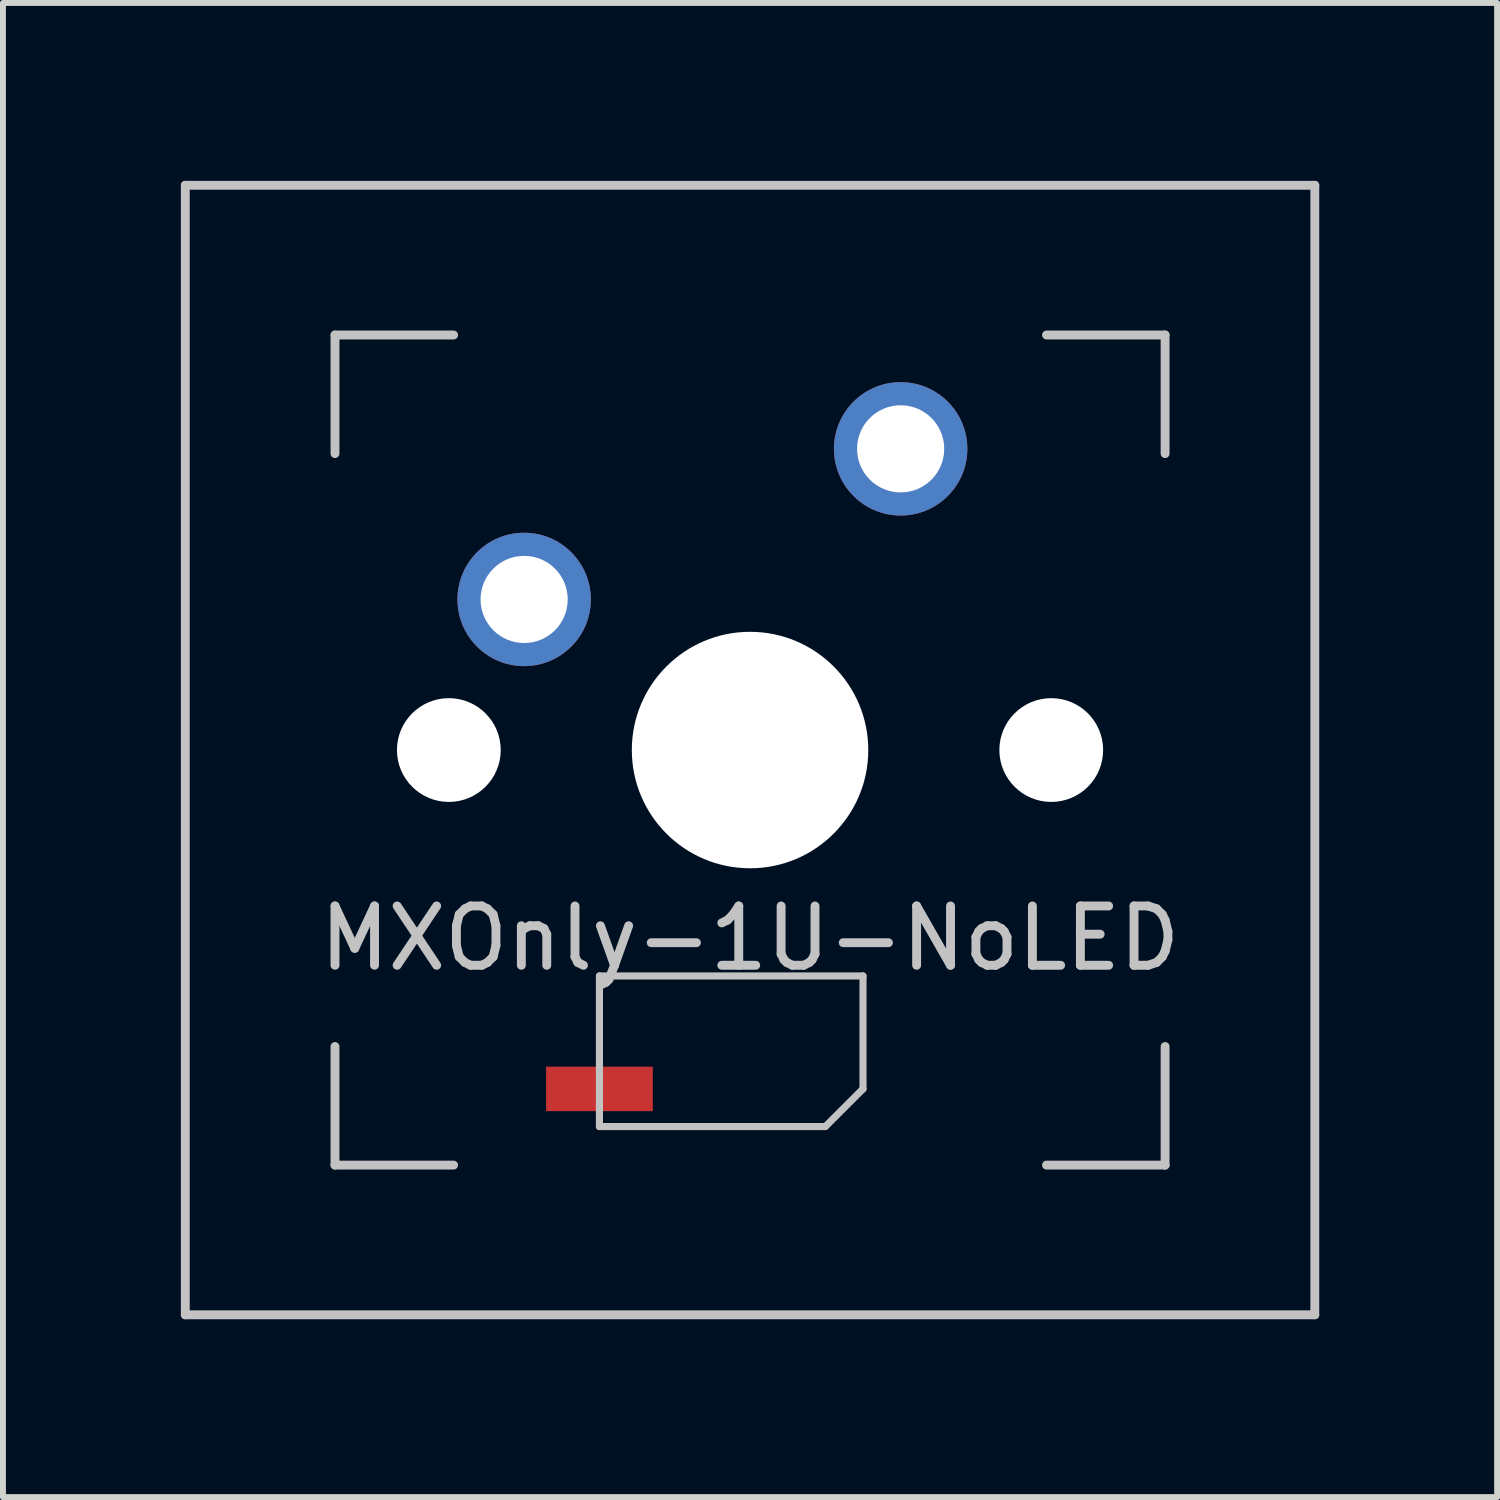
<source format=kicad_pcb>
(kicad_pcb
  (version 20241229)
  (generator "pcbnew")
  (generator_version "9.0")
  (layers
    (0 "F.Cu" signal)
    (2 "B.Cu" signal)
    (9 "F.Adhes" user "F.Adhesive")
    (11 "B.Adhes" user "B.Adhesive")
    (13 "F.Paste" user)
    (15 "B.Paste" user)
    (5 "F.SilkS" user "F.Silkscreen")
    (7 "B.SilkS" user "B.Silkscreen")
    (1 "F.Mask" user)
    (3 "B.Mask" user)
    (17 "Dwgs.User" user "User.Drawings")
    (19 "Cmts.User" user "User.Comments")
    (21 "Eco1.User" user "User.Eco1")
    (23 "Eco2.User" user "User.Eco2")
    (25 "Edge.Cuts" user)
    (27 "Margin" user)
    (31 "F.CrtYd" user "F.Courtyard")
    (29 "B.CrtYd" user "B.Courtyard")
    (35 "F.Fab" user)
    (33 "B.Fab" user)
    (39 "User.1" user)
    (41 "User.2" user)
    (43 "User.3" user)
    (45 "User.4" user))
  (footprint "MXOnly-1U-NoLED"
    (layer "F.Cu")
    (at 9.6 9.6)
    (property "Reference" "MXOnly-1U-NoLED" (at 0 3.175 0) (layer "Dwgs.User") (effects (font (size 1 1) (thickness 0.15))))
    (attr through_hole)
    (fp_line (start -9.525 -9.525) (end 9.525 -9.525) (stroke (width 0.15) (type solid)) (layer "Dwgs.User"))
    (fp_line (start -9.525 9.525) (end -9.525 -9.525) (stroke (width 0.15) (type solid)) (layer "Dwgs.User"))
    (fp_line (start -7 -7) (end -7 -5) (stroke (width 0.15) (type solid)) (layer "Dwgs.User"))
    (fp_line (start -7 5) (end -7 7) (stroke (width 0.15) (type solid)) (layer "Dwgs.User"))
    (fp_line (start -7 7) (end -5 7) (stroke (width 0.15) (type solid)) (layer "Dwgs.User"))
    (fp_line (start -5 -7) (end -7 -7) (stroke (width 0.15) (type solid)) (layer "Dwgs.User"))
    (fp_line (start -2.54 3.81) (end 1.905 3.81) (stroke (width 0.12) (type solid)) (layer "Dwgs.User"))
    (fp_line (start -2.54 6.35) (end -2.54 3.81) (stroke (width 0.12) (type solid)) (layer "Dwgs.User"))
    (fp_line (start 1.27 6.35) (end -2.54 6.35) (stroke (width 0.12) (type solid)) (layer "Dwgs.User"))
    (fp_line (start 1.27 6.35) (end 1.905 5.715) (stroke (width 0.12) (type solid)) (layer "Dwgs.User"))
    (fp_line (start 1.905 5.715) (end 1.905 3.81) (stroke (width 0.12) (type solid)) (layer "Dwgs.User"))
    (fp_line (start 5 -7) (end 7 -7) (stroke (width 0.15) (type solid)) (layer "Dwgs.User"))
    (fp_line (start 5 7) (end 7 7) (stroke (width 0.15) (type solid)) (layer "Dwgs.User"))
    (fp_line (start 7 -7) (end 7 -5) (stroke (width 0.15) (type solid)) (layer "Dwgs.User"))
    (fp_line (start 7 7) (end 7 5) (stroke (width 0.15) (type solid)) (layer "Dwgs.User"))
    (fp_line (start 9.525 -9.525) (end 9.525 9.525) (stroke (width 0.15) (type solid)) (layer "Dwgs.User"))
    (fp_line (start 9.525 9.525) (end -9.525 9.525) (stroke (width 0.15) (type solid)) (layer "Dwgs.User"))
    (pad "" np_thru_hole circle (at -5.08 0 48.1) (size 1.75 1.75) (drill 1.75) (layers "*.Cu" "*.Mask"))
    (pad "" np_thru_hole circle (at 0 0) (size 3.988 3.988) (drill 3.988) (layers "*.Cu" "*.Mask"))
    (pad "" np_thru_hole circle (at 5.08 0 48.1) (size 1.75 1.75) (drill 1.75) (layers "*.Cu" "*.Mask"))
    (pad "1" thru_hole circle (at -3.81 -2.54) (size 2.25 2.25) (drill 1.47) (layers "*.Cu" "B.Mask"))
    (pad "2" thru_hole circle (at 2.54 -5.08) (size 2.25 2.25) (drill 1.47) (layers "*.Cu" "B.Mask"))
    (pad "3" smd rect (at -2.54 5.715) (size 1.8 0.75) (layers "F.Cu" "F.Mask" "F.Paste")))
  (gr_rect
    (start -3 -3)
    (end 22.2 22.2)
    (stroke (width 0.1) (type default))
    (fill no)
    (layer "Edge.Cuts")))
</source>
